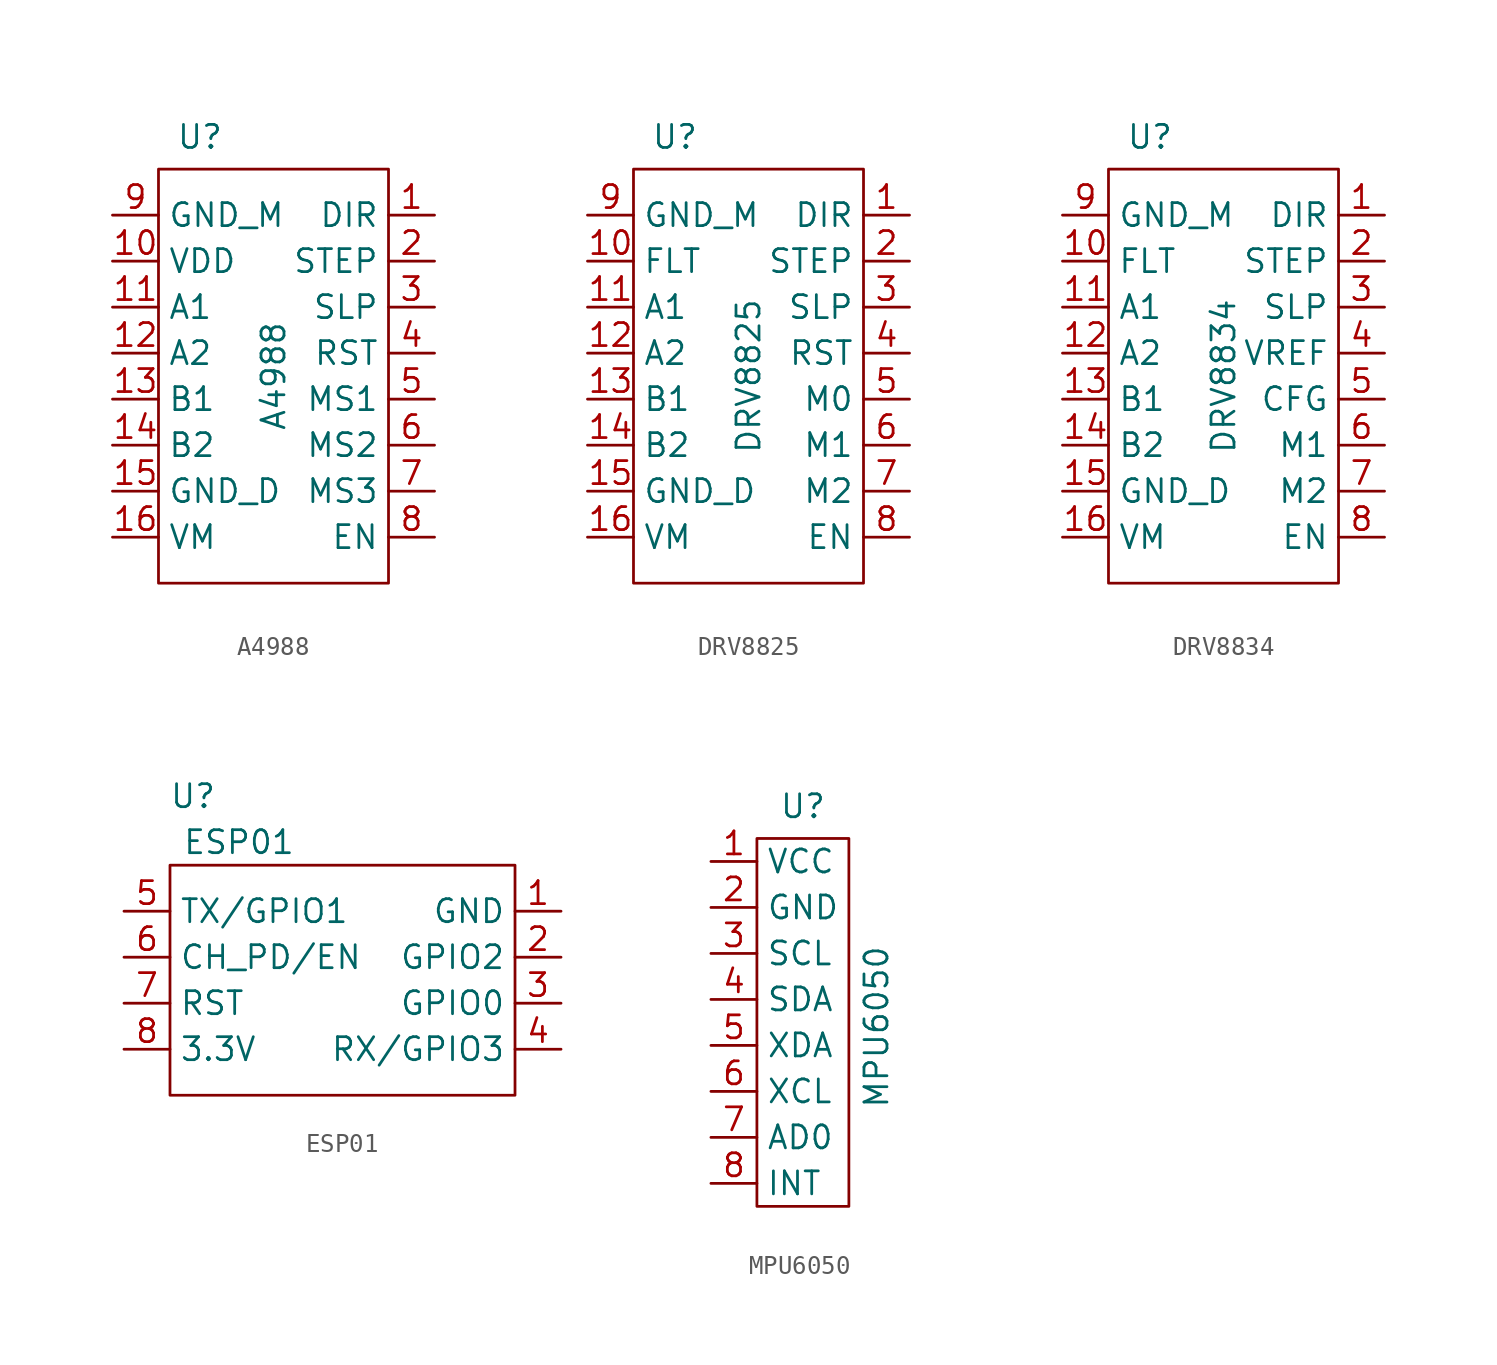
<source format=kicad_sym>
(kicad_symbol_lib
  (version 20241209)
  (generator "kicad_symbol_editor")
  (generator_version "9.0")
  (symbol "A4988"
    (property "Reference" "U"
      (at -4.064 13.208 0)
      (effects (font (size 1.27 1.27))))
    (property "Value" "A4988"
      (at 0 0 90)
      (effects (font (size 1.27 1.27))))
    (symbol "A4988_0_1"
      (rectangle (start -6.35 11.43) (end 6.35 -11.43) (stroke (width 0) (type default)) (fill (type none))))
    (symbol "A4988_1_1"
      (pin power_in line (at -8.89 8.89 0) (length 2.54) (name "GND_M" (effects (font (size 1.27 1.27)))) (number "9" (effects (font (size 1.27 1.27)))))
      (pin input line (at -8.89 6.35 0) (length 2.54) (name "VDD" (effects (font (size 1.27 1.27)))) (number "10" (effects (font (size 1.27 1.27)))))
      (pin output line (at -8.89 3.81 0) (length 2.54) (name "A1" (effects (font (size 1.27 1.27)))) (number "11" (effects (font (size 1.27 1.27)))))
      (pin output line (at -8.89 1.27 0) (length 2.54) (name "A2" (effects (font (size 1.27 1.27)))) (number "12" (effects (font (size 1.27 1.27)))))
      (pin output line (at -8.89 -1.27 0) (length 2.54) (name "B1" (effects (font (size 1.27 1.27)))) (number "13" (effects (font (size 1.27 1.27)))))
      (pin output line (at -8.89 -3.81 0) (length 2.54) (name "B2" (effects (font (size 1.27 1.27)))) (number "14" (effects (font (size 1.27 1.27)))))
      (pin power_in line (at -8.89 -6.35 0) (length 2.54) (name "GND_D" (effects (font (size 1.27 1.27)))) (number "15" (effects (font (size 1.27 1.27)))))
      (pin power_in line (at -8.89 -8.89 0) (length 2.54) (name "VM" (effects (font (size 1.27 1.27)))) (number "16" (effects (font (size 1.27 1.27)))))
      (pin input line (at 8.89 8.89 180) (length 2.54) (name "DIR" (effects (font (size 1.27 1.27)))) (number "1" (effects (font (size 1.27 1.27)))))
      (pin input line (at 8.89 6.35 180) (length 2.54) (name "STEP" (effects (font (size 1.27 1.27)))) (number "2" (effects (font (size 1.27 1.27)))))
      (pin input line (at 8.89 3.81 180) (length 2.54) (name "SLP" (effects (font (size 1.27 1.27)))) (number "3" (effects (font (size 1.27 1.27)))))
      (pin input line (at 8.89 1.27 180) (length 2.54) (name "RST" (effects (font (size 1.27 1.27)))) (number "4" (effects (font (size 1.27 1.27)))))
      (pin input line (at 8.89 -1.27 180) (length 2.54) (name "MS1" (effects (font (size 1.27 1.27)))) (number "5" (effects (font (size 1.27 1.27)))))
      (pin input line (at 8.89 -3.81 180) (length 2.54) (name "MS2" (effects (font (size 1.27 1.27)))) (number "6" (effects (font (size 1.27 1.27)))))
      (pin input line (at 8.89 -6.35 180) (length 2.54) (name "MS3" (effects (font (size 1.27 1.27)))) (number "7" (effects (font (size 1.27 1.27)))))
      (pin input line (at 8.89 -8.89 180) (length 2.54) (name "EN" (effects (font (size 1.27 1.27)))) (number "8" (effects (font (size 1.27 1.27)))))))
  (symbol "DRV8825"
    (property "Reference" "U"
      (at -4.064 13.208 0)
      (effects (font (size 1.27 1.27))))
    (property "Value" "DRV8825"
      (at 0 0 90)
      (effects (font (size 1.27 1.27))))
    (symbol "DRV8825_0_1"
      (rectangle (start -6.35 11.43) (end 6.35 -11.43) (stroke (width 0) (type default)) (fill (type none))))
    (symbol "DRV8825_1_1"
      (pin power_in line (at -8.89 8.89 0) (length 2.54) (name "GND_M" (effects (font (size 1.27 1.27)))) (number "9" (effects (font (size 1.27 1.27)))))
      (pin output line (at -8.89 6.35 0) (length 2.54) (name "FLT" (effects (font (size 1.27 1.27)))) (number "10" (effects (font (size 1.27 1.27)))))
      (pin output line (at -8.89 3.81 0) (length 2.54) (name "A1" (effects (font (size 1.27 1.27)))) (number "11" (effects (font (size 1.27 1.27)))))
      (pin output line (at -8.89 1.27 0) (length 2.54) (name "A2" (effects (font (size 1.27 1.27)))) (number "12" (effects (font (size 1.27 1.27)))))
      (pin output line (at -8.89 -1.27 0) (length 2.54) (name "B1" (effects (font (size 1.27 1.27)))) (number "13" (effects (font (size 1.27 1.27)))))
      (pin output line (at -8.89 -3.81 0) (length 2.54) (name "B2" (effects (font (size 1.27 1.27)))) (number "14" (effects (font (size 1.27 1.27)))))
      (pin power_in line (at -8.89 -6.35 0) (length 2.54) (name "GND_D" (effects (font (size 1.27 1.27)))) (number "15" (effects (font (size 1.27 1.27)))))
      (pin power_in line (at -8.89 -8.89 0) (length 2.54) (name "VM" (effects (font (size 1.27 1.27)))) (number "16" (effects (font (size 1.27 1.27)))))
      (pin input line (at 8.89 8.89 180) (length 2.54) (name "DIR" (effects (font (size 1.27 1.27)))) (number "1" (effects (font (size 1.27 1.27)))))
      (pin input line (at 8.89 6.35 180) (length 2.54) (name "STEP" (effects (font (size 1.27 1.27)))) (number "2" (effects (font (size 1.27 1.27)))))
      (pin input line (at 8.89 3.81 180) (length 2.54) (name "SLP" (effects (font (size 1.27 1.27)))) (number "3" (effects (font (size 1.27 1.27)))))
      (pin input line (at 8.89 1.27 180) (length 2.54) (name "RST" (effects (font (size 1.27 1.27)))) (number "4" (effects (font (size 1.27 1.27)))))
      (pin input line (at 8.89 -1.27 180) (length 2.54) (name "M0" (effects (font (size 1.27 1.27)))) (number "5" (effects (font (size 1.27 1.27)))))
      (pin input line (at 8.89 -3.81 180) (length 2.54) (name "M1" (effects (font (size 1.27 1.27)))) (number "6" (effects (font (size 1.27 1.27)))))
      (pin input line (at 8.89 -6.35 180) (length 2.54) (name "M2" (effects (font (size 1.27 1.27)))) (number "7" (effects (font (size 1.27 1.27)))))
      (pin input line (at 8.89 -8.89 180) (length 2.54) (name "EN" (effects (font (size 1.27 1.27)))) (number "8" (effects (font (size 1.27 1.27)))))))
  (symbol "DRV8834"
    (property "Reference" "U"
      (at -4.064 13.208 0)
      (effects (font (size 1.27 1.27))))
    (property "Value" "DRV8834"
      (at 0 0 90)
      (effects (font (size 1.27 1.27))))
    (symbol "DRV8834_0_1"
      (rectangle (start -6.35 11.43) (end 6.35 -11.43) (stroke (width 0) (type default)) (fill (type none))))
    (symbol "DRV8834_1_1"
      (pin power_in line (at -8.89 8.89 0) (length 2.54) (name "GND_M" (effects (font (size 1.27 1.27)))) (number "9" (effects (font (size 1.27 1.27)))))
      (pin output line (at -8.89 6.35 0) (length 2.54) (name "FLT" (effects (font (size 1.27 1.27)))) (number "10" (effects (font (size 1.27 1.27)))))
      (pin output line (at -8.89 3.81 0) (length 2.54) (name "A1" (effects (font (size 1.27 1.27)))) (number "11" (effects (font (size 1.27 1.27)))))
      (pin output line (at -8.89 1.27 0) (length 2.54) (name "A2" (effects (font (size 1.27 1.27)))) (number "12" (effects (font (size 1.27 1.27)))))
      (pin output line (at -8.89 -1.27 0) (length 2.54) (name "B1" (effects (font (size 1.27 1.27)))) (number "13" (effects (font (size 1.27 1.27)))))
      (pin output line (at -8.89 -3.81 0) (length 2.54) (name "B2" (effects (font (size 1.27 1.27)))) (number "14" (effects (font (size 1.27 1.27)))))
      (pin power_in line (at -8.89 -6.35 0) (length 2.54) (name "GND_D" (effects (font (size 1.27 1.27)))) (number "15" (effects (font (size 1.27 1.27)))))
      (pin power_in line (at -8.89 -8.89 0) (length 2.54) (name "VM" (effects (font (size 1.27 1.27)))) (number "16" (effects (font (size 1.27 1.27)))))
      (pin input line (at 8.89 8.89 180) (length 2.54) (name "DIR" (effects (font (size 1.27 1.27)))) (number "1" (effects (font (size 1.27 1.27)))))
      (pin input line (at 8.89 6.35 180) (length 2.54) (name "STEP" (effects (font (size 1.27 1.27)))) (number "2" (effects (font (size 1.27 1.27)))))
      (pin input line (at 8.89 3.81 180) (length 2.54) (name "SLP" (effects (font (size 1.27 1.27)))) (number "3" (effects (font (size 1.27 1.27)))))
      (pin input line (at 8.89 1.27 180) (length 2.54) (name "VREF" (effects (font (size 1.27 1.27)))) (number "4" (effects (font (size 1.27 1.27)))))
      (pin input line (at 8.89 -1.27 180) (length 2.54) (name "CFG" (effects (font (size 1.27 1.27)))) (number "5" (effects (font (size 1.27 1.27)))))
      (pin input line (at 8.89 -3.81 180) (length 2.54) (name "M1" (effects (font (size 1.27 1.27)))) (number "6" (effects (font (size 1.27 1.27)))))
      (pin input line (at 8.89 -6.35 180) (length 2.54) (name "M2" (effects (font (size 1.27 1.27)))) (number "7" (effects (font (size 1.27 1.27)))))
      (pin input line (at 8.89 -8.89 180) (length 2.54) (name "EN" (effects (font (size 1.27 1.27)))) (number "8" (effects (font (size 1.27 1.27)))))))
  (symbol "ESP01"
    (property "Reference" "U"
      (at -10.16 15.24 0)
      (effects (font (size 1.27 1.27))))
    (property "Value" "ESP01"
      (at -7.62 12.7 0)
      (effects (font (size 1.27 1.27))))
    (symbol "ESP01_1_1"
      (rectangle (start -11.43 11.43) (end 7.62 -1.27) (stroke (width 0) (type solid)) (fill (type none)))
      (pin bidirectional line (at -13.97 8.89 0) (length 2.54) (name "TX/GPIO1" (effects (font (size 1.27 1.27)))) (number "5" (effects (font (size 1.27 1.27)))))
      (pin bidirectional line (at -13.97 6.35 0) (length 2.54) (name "CH_PD/EN" (effects (font (size 1.27 1.27)))) (number "6" (effects (font (size 1.27 1.27)))))
      (pin input line (at -13.97 3.81 0) (length 2.54) (name "RST" (effects (font (size 1.27 1.27)))) (number "7" (effects (font (size 1.27 1.27)))))
      (pin power_in line (at -13.97 1.27 0) (length 2.54) (name "3.3V" (effects (font (size 1.27 1.27)))) (number "8" (effects (font (size 1.27 1.27)))))
      (pin power_in line (at 10.16 8.89 180) (length 2.54) (name "GND" (effects (font (size 1.27 1.27)))) (number "1" (effects (font (size 1.27 1.27)))))
      (pin bidirectional line (at 10.16 6.35 180) (length 2.54) (name "GPIO2" (effects (font (size 1.27 1.27)))) (number "2" (effects (font (size 1.27 1.27)))))
      (pin bidirectional line (at 10.16 3.81 180) (length 2.54) (name "GPIO0" (effects (font (size 1.27 1.27)))) (number "3" (effects (font (size 1.27 1.27)))))
      (pin bidirectional line (at 10.16 1.27 180) (length 2.54) (name "RX/GPIO3" (effects (font (size 1.27 1.27)))) (number "4" (effects (font (size 1.27 1.27)))))))
  (symbol "MPU6050"
    (property "Reference" "U"
      (at 2.54 8.128 0)
      (effects (font (size 1.27 1.27))))
    (property "Value" "MPU6050"
      (at 6.604 -4.064 90)
      (effects (font (size 1.27 1.27))))
    (symbol "MPU6050_0_1"
      (rectangle (start 0 6.35) (end 5.08 -13.97) (stroke (width 0) (type default)) (fill (type none))))
    (symbol "MPU6050_1_1"
      (pin power_in line (at -2.54 5.08 0) (length 2.54) (name "VCC" (effects (font (size 1.27 1.27)))) (number "1" (effects (font (size 1.27 1.27)))))
      (pin power_in line (at -2.54 2.54 0) (length 2.54) (name "GND" (effects (font (size 1.27 1.27)))) (number "2" (effects (font (size 1.27 1.27)))))
      (pin input line (at -2.54 0 0) (length 2.54) (name "SCL" (effects (font (size 1.27 1.27)))) (number "3" (effects (font (size 1.27 1.27)))))
      (pin input line (at -2.54 -2.54 0) (length 2.54) (name "SDA" (effects (font (size 1.27 1.27)))) (number "4" (effects (font (size 1.27 1.27)))))
      (pin input line (at -2.54 -5.08 0) (length 2.54) (name "XDA" (effects (font (size 1.27 1.27)))) (number "5" (effects (font (size 1.27 1.27)))))
      (pin input line (at -2.54 -7.62 0) (length 2.54) (name "XCL" (effects (font (size 1.27 1.27)))) (number "6" (effects (font (size 1.27 1.27)))))
      (pin input line (at -2.54 -10.16 0) (length 2.54) (name "AD0" (effects (font (size 1.27 1.27)))) (number "7" (effects (font (size 1.27 1.27)))))
      (pin input line (at -2.54 -12.7 0) (length 2.54) (name "INT" (effects (font (size 1.27 1.27)))) (number "8" (effects (font (size 1.27 1.27))))))))
</source>
